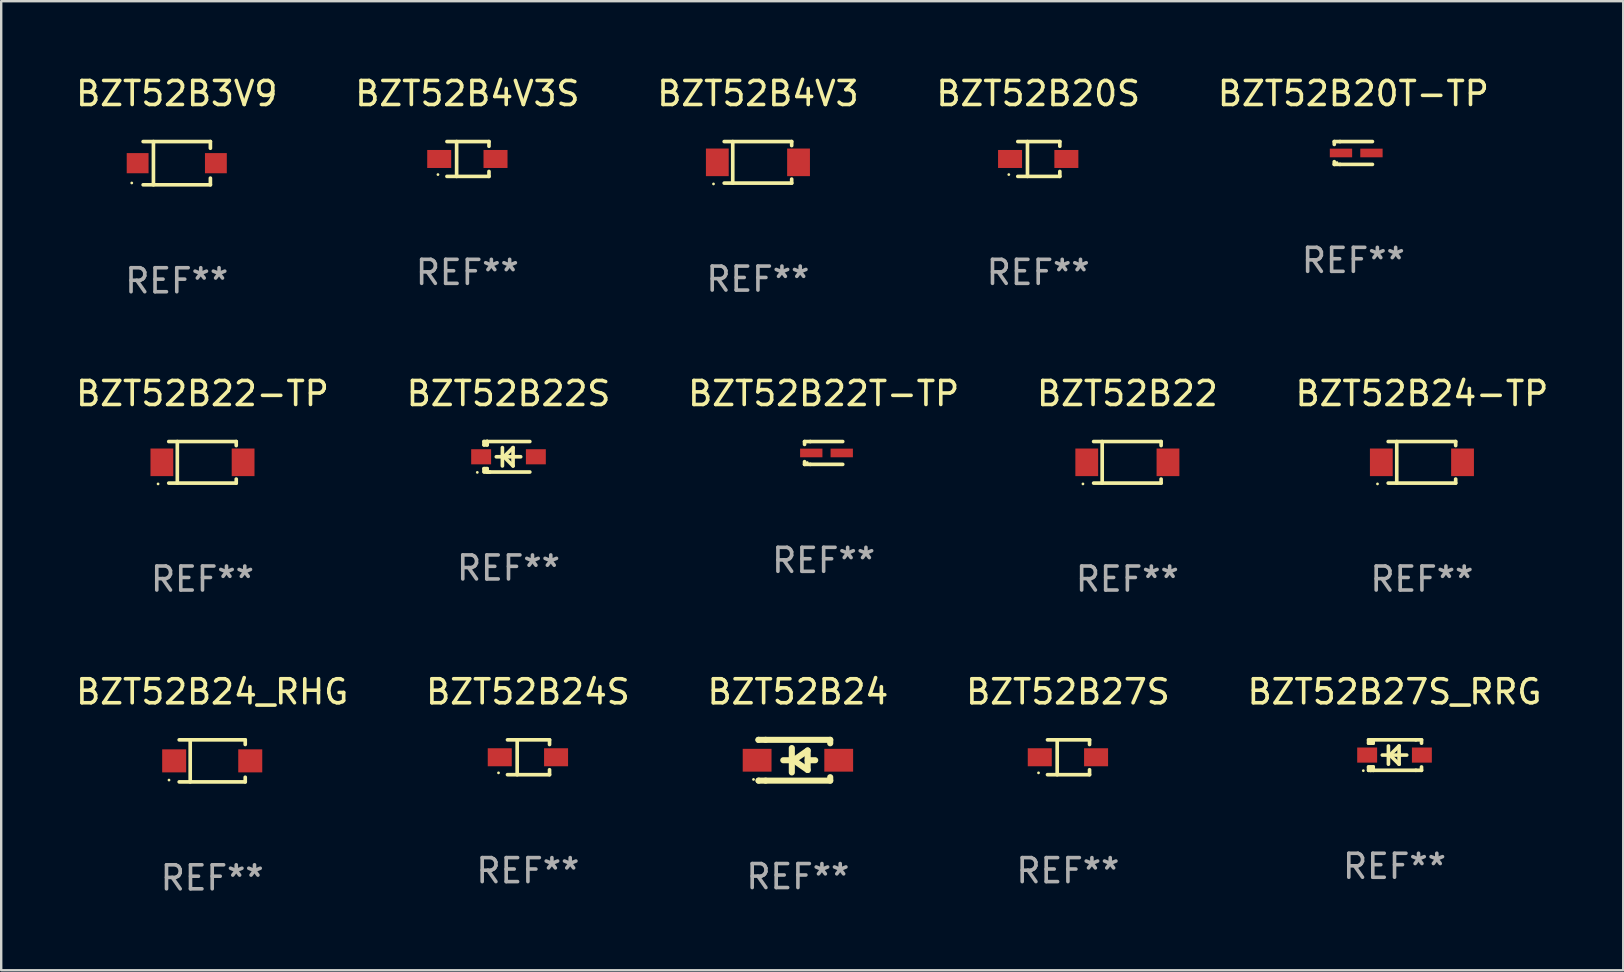
<source format=kicad_pcb>
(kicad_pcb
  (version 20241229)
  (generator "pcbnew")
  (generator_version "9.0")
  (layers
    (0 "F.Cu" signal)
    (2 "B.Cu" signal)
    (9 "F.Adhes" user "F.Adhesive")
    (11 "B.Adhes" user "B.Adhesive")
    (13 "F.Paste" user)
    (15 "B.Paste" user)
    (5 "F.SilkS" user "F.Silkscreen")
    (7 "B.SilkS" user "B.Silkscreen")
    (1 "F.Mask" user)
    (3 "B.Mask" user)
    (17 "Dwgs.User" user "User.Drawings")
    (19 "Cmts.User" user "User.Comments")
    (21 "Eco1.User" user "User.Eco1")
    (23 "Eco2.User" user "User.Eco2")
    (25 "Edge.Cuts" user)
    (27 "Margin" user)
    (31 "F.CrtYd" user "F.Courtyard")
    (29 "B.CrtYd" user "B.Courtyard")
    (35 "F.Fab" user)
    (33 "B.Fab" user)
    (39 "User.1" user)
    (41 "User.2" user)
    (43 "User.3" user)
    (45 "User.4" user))
  (footprint "BZT52B24-TP"
    (layer "F.Cu")
    (at 56.196 16.213)
    (property "Reference" "BZT52B24-TP" (at 0 -2.866 0) (layer "F.SilkS") (effects (font (size 1 1) (thickness 0.15))))
    (attr through_hole)
    (fp_line (start -1.406 -0.866) (end 1.406 -0.866) (stroke (width 0.152) (type solid)) (layer "F.SilkS"))
    (fp_line (start -1.406 0.866) (end 1.406 0.866) (stroke (width 0.152) (type solid)) (layer "F.SilkS"))
    (fp_line (start -1.049 -0.866) (end -1.049 0.866) (stroke (width 0.152) (type solid)) (layer "F.SilkS"))
    (fp_line (start 1.406 -0.866) (end 1.406 -0.698) (stroke (width 0.152) (type solid)) (layer "F.SilkS"))
    (fp_line (start 1.406 0.866) (end 1.406 0.698) (stroke (width 0.152) (type solid)) (layer "F.SilkS"))
    (fp_circle (center -1.851 0.9) (end -1.821 0.9) (stroke (width 0.06) (type solid)) (fill no) (layer "F.SilkS"))
    (fp_text user "REF**" (at 0 4.866 0) (layer "F.Fab") (effects (font (size 1 1) (thickness 0.15))))
    (pad "1" smd rect (at -1.692 0) (size 0.95 1.15) (layers "F.Cu" "F.Mask" "F.Paste"))
    (pad "2" smd rect (at 1.692 0) (size 0.95 1.15) (layers "F.Cu" "F.Mask" "F.Paste")))
  (footprint "BZT52B24"
    (layer "F.Cu")
    (at 30.196 28.626)
    (property "Reference" "BZT52B24" (at 0 -2.85 0) (layer "F.SilkS") (effects (font (size 1 1) (thickness 0.15))))
    (attr through_hole)
    (fp_line (start -1.643 -0.85) (end -1.644 -0.849) (stroke (width 0.254) (type solid)) (layer "F.SilkS"))
    (fp_line (start -1.638 0.85) (end -1.639 0.849) (stroke (width 0.254) (type solid)) (layer "F.SilkS"))
    (fp_line (start -1.346 -0.85) (end -1.643 -0.85) (stroke (width 0.254) (type solid)) (layer "F.SilkS"))
    (fp_line (start -1.346 -0.85) (end 1.346 -0.85) (stroke (width 0.254) (type solid)) (layer "F.SilkS"))
    (fp_line (start -1.346 0.85) (end -1.638 0.85) (stroke (width 0.254) (type solid)) (layer "F.SilkS"))
    (fp_line (start -0.28 0) (end -0.61 0) (stroke (width 0.254) (type solid)) (layer "F.SilkS"))
    (fp_line (start -0.254 -0.508) (end -0.254 0.508) (stroke (width 0.254) (type solid)) (layer "F.SilkS"))
    (fp_line (start -0.178 0) (end 0.406 -0.406) (stroke (width 0.254) (type solid)) (layer "F.SilkS"))
    (fp_line (start 0.406 -0.406) (end 0.406 0.406) (stroke (width 0.254) (type solid)) (layer "F.SilkS"))
    (fp_line (start 0.406 -0.000254) (end 0.72 -0.000254) (stroke (width 0.254) (type solid)) (layer "F.SilkS"))
    (fp_line (start 0.406 0.406) (end -0.178 0) (stroke (width 0.254) (type solid)) (layer "F.SilkS"))
    (fp_line (start 1.346 -0.85) (end 1.346 -0.706) (stroke (width 0.254) (type solid)) (layer "F.SilkS"))
    (fp_line (start 1.346 0.706) (end 1.346 0.85) (stroke (width 0.254) (type solid)) (layer "F.SilkS"))
    (fp_line (start 1.346 0.85) (end -1.346 0.85) (stroke (width 0.254) (type solid)) (layer "F.SilkS"))
    (fp_circle (center -1.85 0.8) (end -1.82 0.8) (stroke (width 0.06) (type solid)) (fill no) (layer "F.SilkS"))
    (fp_text user "REF**" (at 0 4.85 0) (layer "F.Fab") (effects (font (size 1 1) (thickness 0.15))))
    (pad "1" smd rect (at -1.7 0) (size 1.2 0.95) (layers "F.Cu" "F.Mask" "F.Paste"))
    (pad "2" smd rect (at 1.7 0) (size 1.2 0.95) (layers "F.Cu" "F.Mask" "F.Paste")))
  (footprint "BZT52B20S"
    (layer "F.Cu")
    (at 40.208 3.574)
    (property "Reference" "BZT52B20S" (at 0 -2.726 0) (layer "F.SilkS") (effects (font (size 1 1) (thickness 0.15))))
    (attr through_hole)
    (fp_line (start -0.851 -0.726) (end 0.901 -0.726) (stroke (width 0.152) (type solid)) (layer "F.SilkS"))
    (fp_line (start -0.851 0.726) (end 0.901 0.726) (stroke (width 0.152) (type solid)) (layer "F.SilkS"))
    (fp_line (start -0.447 -0.726) (end -0.447 0.726) (stroke (width 0.152) (type solid)) (layer "F.SilkS"))
    (fp_line (start 0.901 -0.726) (end 0.901 -0.53) (stroke (width 0.152) (type solid)) (layer "F.SilkS"))
    (fp_line (start 0.901 0.726) (end 0.901 0.52) (stroke (width 0.152) (type solid)) (layer "F.SilkS"))
    (fp_circle (center -1.225 0.65) (end -1.195 0.65) (stroke (width 0.06) (type solid)) (fill no) (layer "F.SilkS"))
    (fp_text user "REF**" (at 0 4.726 0) (layer "F.Fab") (effects (font (size 1 1) (thickness 0.15))))
    (pad "1" smd rect (at -1.173 0) (size 1 0.75) (layers "F.Cu" "F.Mask" "F.Paste"))
    (pad "2" smd rect (at 1.173 0) (size 1 0.75) (layers "F.Cu" "F.Mask" "F.Paste")))
  (footprint "BZT52B27S_RRG"
    (layer "F.Cu")
    (at 55.054 28.411)
    (property "Reference" "BZT52B27S_RRG" (at 0 -2.635 0) (layer "F.SilkS") (effects (font (size 1 1) (thickness 0.15))))
    (attr through_hole)
    (fp_line (start -1.08 -0.635) (end -1.08 -0.495) (stroke (width 0.152) (type solid)) (layer "F.SilkS"))
    (fp_line (start -1.08 0.495) (end -1.08 0.635) (stroke (width 0.152) (type solid)) (layer "F.SilkS"))
    (fp_line (start -1.08 0.495) (end -0.889 0.495) (stroke (width 0.152) (type solid)) (layer "F.SilkS"))
    (fp_line (start -1.08 0.635) (end -0.889 0.635) (stroke (width 0.152) (type solid)) (layer "F.SilkS"))
    (fp_line (start -1.003 0.635) (end -0.986 0.635) (stroke (width 0.152) (type solid)) (layer "F.SilkS"))
    (fp_line (start -0.986 -0.495) (end -0.986 -0.635) (stroke (width 0.152) (type solid)) (layer "F.SilkS"))
    (fp_line (start -0.986 0.635) (end -0.986 0.495) (stroke (width 0.152) (type solid)) (layer "F.SilkS"))
    (fp_line (start -0.889 -0.635) (end -1.08 -0.635) (stroke (width 0.152) (type solid)) (layer "F.SilkS"))
    (fp_line (start -0.889 -0.635) (end -0.889 -0.595) (stroke (width 0.152) (type solid)) (layer "F.SilkS"))
    (fp_line (start -0.889 -0.635) (end 0.889 -0.635) (stroke (width 0.152) (type solid)) (layer "F.SilkS"))
    (fp_line (start -0.889 -0.595) (end -0.889 -0.495) (stroke (width 0.152) (type solid)) (layer "F.SilkS"))
    (fp_line (start -0.889 -0.495) (end -1.08 -0.495) (stroke (width 0.152) (type solid)) (layer "F.SilkS"))
    (fp_line (start -0.889 0.495) (end -0.889 0.595) (stroke (width 0.152) (type solid)) (layer "F.SilkS"))
    (fp_line (start -0.889 0.495) (end -0.889 0.495) (stroke (width 0.152) (type solid)) (layer "F.SilkS"))
    (fp_line (start -0.889 0.595) (end -0.889 0.635) (stroke (width 0.152) (type solid)) (layer "F.SilkS"))
    (fp_line (start -0.889 0.635) (end 0.889 0.635) (stroke (width 0.152) (type solid)) (layer "F.SilkS"))
    (fp_line (start -0.254 -0.381) (end -0.254 0.381) (stroke (width 0.152) (type solid)) (layer "F.SilkS"))
    (fp_line (start -0.191 0) (end -0.191 0) (stroke (width 0.152) (type solid)) (layer "F.SilkS"))
    (fp_line (start -0.191 0) (end 0.191 -0.381) (stroke (width 0.152) (type solid)) (layer "F.SilkS"))
    (fp_line (start 0.191 -0.381) (end 0.191 0.381) (stroke (width 0.152) (type solid)) (layer "F.SilkS"))
    (fp_line (start 0.191 0.381) (end -0.191 0) (stroke (width 0.152) (type solid)) (layer "F.SilkS"))
    (fp_line (start 0.508 0) (end -0.508 0) (stroke (width 0.152) (type solid)) (layer "F.SilkS"))
    (fp_line (start 0.889 -0.635) (end 1.125 -0.635) (stroke (width 0.152) (type solid)) (layer "F.SilkS"))
    (fp_line (start 1.125 -0.635) (end 1.125 -0.495) (stroke (width 0.152) (type solid)) (layer "F.SilkS"))
    (fp_line (start 1.125 0.495) (end 1.125 0.635) (stroke (width 0.152) (type solid)) (layer "F.SilkS"))
    (fp_line (start 1.125 0.635) (end 0.889 0.635) (stroke (width 0.152) (type solid)) (layer "F.SilkS"))
    (fp_circle (center -1.3 0.65) (end -1.27 0.65) (stroke (width 0.06) (type solid)) (fill no) (layer "F.SilkS"))
    (fp_text user "REF**" (at 0 4.635 0) (layer "F.Fab") (effects (font (size 1 1) (thickness 0.15))))
    (pad "1" smd rect (at -1.14 0 90) (size 0.63 0.83) (layers "F.Cu" "F.Mask" "F.Paste"))
    (pad "2" smd rect (at 1.14 0 90) (size 0.63 0.83) (layers "F.Cu" "F.Mask" "F.Paste")))
  (footprint "BZT52B20T-TP"
    (layer "F.Cu")
    (at 53.339 3.324)
    (property "Reference" "BZT52B20T-TP" (at 0 -2.476 0) (layer "F.SilkS") (effects (font (size 1 1) (thickness 0.15))))
    (attr through_hole)
    (fp_line (start -0.795 -0.476) (end -0.795 -0.356) (stroke (width 0.152) (type solid)) (layer "F.SilkS"))
    (fp_line (start -0.795 0.363) (end -0.795 0.476) (stroke (width 0.152) (type solid)) (layer "F.SilkS"))
    (fp_line (start -0.795 0.476) (end -0.557 0.476) (stroke (width 0.152) (type solid)) (layer "F.SilkS"))
    (fp_line (start -0.557 -0.476) (end -0.795 -0.476) (stroke (width 0.152) (type solid)) (layer "F.SilkS"))
    (fp_line (start -0.557 -0.476) (end 0.795 -0.476) (stroke (width 0.152) (type solid)) (layer "F.SilkS"))
    (fp_line (start -0.557 0.476) (end 0.795 0.476) (stroke (width 0.152) (type solid)) (layer "F.SilkS"))
    (fp_circle (center -0.681 0.4) (end -0.651 0.4) (stroke (width 0.06) (type solid)) (fill no) (layer "F.SilkS"))
    (fp_text user "REF**" (at 0 4.476 0) (layer "F.Fab") (effects (font (size 1 1) (thickness 0.15))))
    (pad "1" smd rect (at -0.516 0 180) (size 0.93 0.36) (layers "F.Cu" "F.Mask" "F.Paste"))
    (pad "2" smd rect (at 0.754 0 180) (size 0.93 0.36) (layers "F.Cu" "F.Mask" "F.Paste")))
  (footprint "BZT52B4V3S"
    (layer "F.Cu")
    (at 16.423 3.574)
    (property "Reference" "BZT52B4V3S" (at 0 -2.726 0) (layer "F.SilkS") (effects (font (size 1 1) (thickness 0.15))))
    (attr through_hole)
    (fp_line (start -0.851 -0.726) (end 0.901 -0.726) (stroke (width 0.152) (type solid)) (layer "F.SilkS"))
    (fp_line (start -0.851 0.726) (end 0.901 0.726) (stroke (width 0.152) (type solid)) (layer "F.SilkS"))
    (fp_line (start -0.447 -0.726) (end -0.447 0.726) (stroke (width 0.152) (type solid)) (layer "F.SilkS"))
    (fp_line (start 0.901 -0.726) (end 0.901 -0.53) (stroke (width 0.152) (type solid)) (layer "F.SilkS"))
    (fp_line (start 0.901 0.726) (end 0.901 0.52) (stroke (width 0.152) (type solid)) (layer "F.SilkS"))
    (fp_circle (center -1.225 0.65) (end -1.195 0.65) (stroke (width 0.06) (type solid)) (fill no) (layer "F.SilkS"))
    (fp_text user "REF**" (at 0 4.726 0) (layer "F.Fab") (effects (font (size 1 1) (thickness 0.15))))
    (pad "1" smd rect (at -1.173 0) (size 1 0.75) (layers "F.Cu" "F.Mask" "F.Paste"))
    (pad "2" smd rect (at 1.173 0) (size 1 0.75) (layers "F.Cu" "F.Mask" "F.Paste")))
  (footprint "BZT52B22T-TP"
    (layer "F.Cu")
    (at 31.268 15.823)
    (property "Reference" "BZT52B22T-TP" (at 0 -2.476 0) (layer "F.SilkS") (effects (font (size 1 1) (thickness 0.15))))
    (attr through_hole)
    (fp_line (start -0.795 -0.476) (end -0.795 -0.356) (stroke (width 0.152) (type solid)) (layer "F.SilkS"))
    (fp_line (start -0.795 0.363) (end -0.795 0.476) (stroke (width 0.152) (type solid)) (layer "F.SilkS"))
    (fp_line (start -0.795 0.476) (end -0.557 0.476) (stroke (width 0.152) (type solid)) (layer "F.SilkS"))
    (fp_line (start -0.557 -0.476) (end -0.795 -0.476) (stroke (width 0.152) (type solid)) (layer "F.SilkS"))
    (fp_line (start -0.557 -0.476) (end 0.795 -0.476) (stroke (width 0.152) (type solid)) (layer "F.SilkS"))
    (fp_line (start -0.557 0.476) (end 0.795 0.476) (stroke (width 0.152) (type solid)) (layer "F.SilkS"))
    (fp_circle (center -0.681 0.4) (end -0.651 0.4) (stroke (width 0.06) (type solid)) (fill no) (layer "F.SilkS"))
    (fp_text user "REF**" (at 0 4.476 0) (layer "F.Fab") (effects (font (size 1 1) (thickness 0.15))))
    (pad "1" smd rect (at -0.516 0 180) (size 0.93 0.36) (layers "F.Cu" "F.Mask" "F.Paste"))
    (pad "2" smd rect (at 0.754 0 180) (size 0.93 0.36) (layers "F.Cu" "F.Mask" "F.Paste")))
  (footprint "BZT52B24S"
    (layer "F.Cu")
    (at 18.946 28.502)
    (property "Reference" "BZT52B24S" (at 0 -2.726 0) (layer "F.SilkS") (effects (font (size 1 1) (thickness 0.15))))
    (attr through_hole)
    (fp_line (start -0.851 -0.726) (end 0.901 -0.726) (stroke (width 0.152) (type solid)) (layer "F.SilkS"))
    (fp_line (start -0.851 0.726) (end 0.901 0.726) (stroke (width 0.152) (type solid)) (layer "F.SilkS"))
    (fp_line (start -0.447 -0.726) (end -0.447 0.726) (stroke (width 0.152) (type solid)) (layer "F.SilkS"))
    (fp_line (start 0.901 -0.726) (end 0.901 -0.53) (stroke (width 0.152) (type solid)) (layer "F.SilkS"))
    (fp_line (start 0.901 0.726) (end 0.901 0.52) (stroke (width 0.152) (type solid)) (layer "F.SilkS"))
    (fp_circle (center -1.225 0.65) (end -1.195 0.65) (stroke (width 0.06) (type solid)) (fill no) (layer "F.SilkS"))
    (fp_text user "REF**" (at 0 4.726 0) (layer "F.Fab") (effects (font (size 1 1) (thickness 0.15))))
    (pad "1" smd rect (at -1.173 0) (size 1 0.75) (layers "F.Cu" "F.Mask" "F.Paste"))
    (pad "2" smd rect (at 1.173 0) (size 1 0.75) (layers "F.Cu" "F.Mask" "F.Paste")))
  (footprint "BZT52B4V3"
    (layer "F.Cu")
    (at 28.53 3.714)
    (property "Reference" "BZT52B4V3" (at 0 -2.866 0) (layer "F.SilkS") (effects (font (size 1 1) (thickness 0.15))))
    (attr through_hole)
    (fp_line (start -1.406 -0.866) (end 1.406 -0.866) (stroke (width 0.152) (type solid)) (layer "F.SilkS"))
    (fp_line (start -1.406 0.866) (end 1.406 0.866) (stroke (width 0.152) (type solid)) (layer "F.SilkS"))
    (fp_line (start -1.049 -0.866) (end -1.049 0.866) (stroke (width 0.152) (type solid)) (layer "F.SilkS"))
    (fp_line (start 1.406 -0.866) (end 1.406 -0.698) (stroke (width 0.152) (type solid)) (layer "F.SilkS"))
    (fp_line (start 1.406 0.866) (end 1.406 0.698) (stroke (width 0.152) (type solid)) (layer "F.SilkS"))
    (fp_circle (center -1.851 0.9) (end -1.821 0.9) (stroke (width 0.06) (type solid)) (fill no) (layer "F.SilkS"))
    (fp_text user "REF**" (at 0 4.866 0) (layer "F.Fab") (effects (font (size 1 1) (thickness 0.15))))
    (pad "1" smd rect (at -1.692 0) (size 0.95 1.15) (layers "F.Cu" "F.Mask" "F.Paste"))
    (pad "2" smd rect (at 1.692 0) (size 0.95 1.15) (layers "F.Cu" "F.Mask" "F.Paste")))
  (footprint "BZT52B22"
    (layer "F.Cu")
    (at 43.923 16.213)
    (property "Reference" "BZT52B22" (at 0 -2.866 0) (layer "F.SilkS") (effects (font (size 1 1) (thickness 0.15))))
    (attr through_hole)
    (fp_line (start -1.406 -0.866) (end 1.406 -0.866) (stroke (width 0.152) (type solid)) (layer "F.SilkS"))
    (fp_line (start -1.406 0.866) (end 1.406 0.866) (stroke (width 0.152) (type solid)) (layer "F.SilkS"))
    (fp_line (start -1.049 -0.866) (end -1.049 0.866) (stroke (width 0.152) (type solid)) (layer "F.SilkS"))
    (fp_line (start 1.406 -0.866) (end 1.406 -0.698) (stroke (width 0.152) (type solid)) (layer "F.SilkS"))
    (fp_line (start 1.406 0.866) (end 1.406 0.698) (stroke (width 0.152) (type solid)) (layer "F.SilkS"))
    (fp_circle (center -1.851 0.9) (end -1.821 0.9) (stroke (width 0.06) (type solid)) (fill no) (layer "F.SilkS"))
    (fp_text user "REF**" (at 0 4.866 0) (layer "F.Fab") (effects (font (size 1 1) (thickness 0.15))))
    (pad "1" smd rect (at -1.692 0) (size 0.95 1.15) (layers "F.Cu" "F.Mask" "F.Paste"))
    (pad "2" smd rect (at 1.692 0) (size 0.95 1.15) (layers "F.Cu" "F.Mask" "F.Paste")))
  (footprint "BZT52B24_RHG"
    (layer "F.Cu")
    (at 5.792 28.652)
    (property "Reference" "BZT52B24_RHG" (at 0 -2.876 0) (layer "F.SilkS") (effects (font (size 1 1) (thickness 0.15))))
    (attr through_hole)
    (fp_line (start -1.376 -0.876) (end 1.376 -0.876) (stroke (width 0.152) (type solid)) (layer "F.SilkS"))
    (fp_line (start -1.376 0.876) (end 1.376 0.876) (stroke (width 0.152) (type solid)) (layer "F.SilkS"))
    (fp_line (start -0.917 -0.876) (end -0.917 0.876) (stroke (width 0.152) (type solid)) (layer "F.SilkS"))
    (fp_line (start 1.376 -0.876) (end 1.376 -0.683) (stroke (width 0.152) (type solid)) (layer "F.SilkS"))
    (fp_line (start 1.376 0.876) (end 1.376 0.683) (stroke (width 0.152) (type solid)) (layer "F.SilkS"))
    (fp_circle (center -1.8 0.8) (end -1.77 0.8) (stroke (width 0.06) (type solid)) (fill no) (layer "F.SilkS"))
    (fp_text user "REF**" (at 0 4.876 0) (layer "F.Fab") (effects (font (size 1 1) (thickness 0.15))))
    (pad "1" smd rect (at -1.585 0) (size 1 0.96) (layers "F.Cu" "F.Mask" "F.Paste"))
    (pad "2" smd rect (at 1.585 0) (size 1 0.96) (layers "F.Cu" "F.Mask" "F.Paste")))
  (footprint "BZT52B3V9"
    (layer "F.Cu")
    (at 4.315 3.749)
    (property "Reference" "BZT52B3V9" (at 0 -2.901 0) (layer "F.SilkS") (effects (font (size 1 1) (thickness 0.15))))
    (attr through_hole)
    (fp_line (start -1.401 -0.901) (end 1.401 -0.901) (stroke (width 0.152) (type solid)) (layer "F.SilkS"))
    (fp_line (start -1.401 0.901) (end 1.401 0.901) (stroke (width 0.152) (type solid)) (layer "F.SilkS"))
    (fp_line (start -0.972 -0.901) (end -0.972 0.901) (stroke (width 0.152) (type solid)) (layer "F.SilkS"))
    (fp_line (start 1.401 -0.901) (end 1.401 -0.623) (stroke (width 0.152) (type solid)) (layer "F.SilkS"))
    (fp_line (start 1.401 0.901) (end 1.401 0.623) (stroke (width 0.152) (type solid)) (layer "F.SilkS"))
    (fp_circle (center -1.875 0.825) (end -1.845 0.825) (stroke (width 0.06) (type solid)) (fill no) (layer "F.SilkS"))
    (fp_text user "REF**" (at 0 4.901 0) (layer "F.Fab") (effects (font (size 1 1) (thickness 0.15))))
    (pad "1" smd rect (at -1.63 0 180) (size 0.91 0.84) (layers "F.Cu" "F.Mask" "F.Paste"))
    (pad "2" smd rect (at 1.63 0 180) (size 0.91 0.84) (layers "F.Cu" "F.Mask" "F.Paste")))
  (footprint "BZT52B27S"
    (layer "F.Cu")
    (at 41.446 28.502)
    (property "Reference" "BZT52B27S" (at 0 -2.726 0) (layer "F.SilkS") (effects (font (size 1 1) (thickness 0.15))))
    (attr through_hole)
    (fp_line (start -0.851 -0.726) (end 0.901 -0.726) (stroke (width 0.152) (type solid)) (layer "F.SilkS"))
    (fp_line (start -0.851 0.726) (end 0.901 0.726) (stroke (width 0.152) (type solid)) (layer "F.SilkS"))
    (fp_line (start -0.447 -0.726) (end -0.447 0.726) (stroke (width 0.152) (type solid)) (layer "F.SilkS"))
    (fp_line (start 0.901 -0.726) (end 0.901 -0.53) (stroke (width 0.152) (type solid)) (layer "F.SilkS"))
    (fp_line (start 0.901 0.726) (end 0.901 0.52) (stroke (width 0.152) (type solid)) (layer "F.SilkS"))
    (fp_circle (center -1.225 0.65) (end -1.195 0.65) (stroke (width 0.06) (type solid)) (fill no) (layer "F.SilkS"))
    (fp_text user "REF**" (at 0 4.726 0) (layer "F.Fab") (effects (font (size 1 1) (thickness 0.15))))
    (pad "1" smd rect (at -1.173 0) (size 1 0.75) (layers "F.Cu" "F.Mask" "F.Paste"))
    (pad "2" smd rect (at 1.173 0) (size 1 0.75) (layers "F.Cu" "F.Mask" "F.Paste")))
  (footprint "BZT52B22S"
    (layer "F.Cu")
    (at 18.137 15.982)
    (property "Reference" "BZT52B22S" (at 0 -2.635 0) (layer "F.SilkS") (effects (font (size 1 1) (thickness 0.15))))
    (attr through_hole)
    (fp_line (start -1.02 -0.635) (end -1.02 -0.495) (stroke (width 0.152) (type solid)) (layer "F.SilkS"))
    (fp_line (start -1.02 -0.495) (end -0.889 -0.495) (stroke (width 0.152) (type solid)) (layer "F.SilkS"))
    (fp_line (start -1.02 0.495) (end -1.02 0.62) (stroke (width 0.152) (type solid)) (layer "F.SilkS"))
    (fp_line (start -1.02 0.495) (end -0.889 0.495) (stroke (width 0.152) (type solid)) (layer "F.SilkS"))
    (fp_line (start -0.889 -0.635) (end -1.02 -0.635) (stroke (width 0.152) (type solid)) (layer "F.SilkS"))
    (fp_line (start -0.889 -0.635) (end -0.889 -0.595) (stroke (width 0.152) (type solid)) (layer "F.SilkS"))
    (fp_line (start -0.889 -0.635) (end 0.889 -0.635) (stroke (width 0.152) (type solid)) (layer "F.SilkS"))
    (fp_line (start -0.889 -0.495) (end -0.889 -0.635) (stroke (width 0.152) (type solid)) (layer "F.SilkS"))
    (fp_line (start -0.889 0.595) (end -0.889 0.495) (stroke (width 0.152) (type solid)) (layer "F.SilkS"))
    (fp_line (start -0.889 0.595) (end -0.889 0.635) (stroke (width 0.152) (type solid)) (layer "F.SilkS"))
    (fp_line (start -0.889 0.635) (end 0.889 0.635) (stroke (width 0.152) (type solid)) (layer "F.SilkS"))
    (fp_line (start -0.776 0.635) (end -1.014 0.635) (stroke (width 0.152) (type solid)) (layer "F.SilkS"))
    (fp_line (start -0.254 -0.381) (end -0.254 0.381) (stroke (width 0.152) (type solid)) (layer "F.SilkS"))
    (fp_line (start -0.191 0) (end 0.19 -0.381) (stroke (width 0.152) (type solid)) (layer "F.SilkS"))
    (fp_line (start 0.19 -0.381) (end 0.19 0.381) (stroke (width 0.152) (type solid)) (layer "F.SilkS"))
    (fp_line (start 0.19 0.381) (end -0.191 0) (stroke (width 0.152) (type solid)) (layer "F.SilkS"))
    (fp_line (start 0.508 0) (end -0.508 0) (stroke (width 0.152) (type solid)) (layer "F.SilkS"))
    (fp_circle (center -1.3 0.65) (end -1.27 0.65) (stroke (width 0.06) (type solid)) (fill no) (layer "F.SilkS"))
    (fp_text user "REF**" (at 0 4.635 0) (layer "F.Fab") (effects (font (size 1 1) (thickness 0.15))))
    (pad "1" smd rect (at -1.14 0.000051 90) (size 0.63 0.83) (layers "F.Cu" "F.Mask" "F.Paste"))
    (pad "2" smd rect (at 1.14 0.000051 90) (size 0.63 0.83) (layers "F.Cu" "F.Mask" "F.Paste")))
  (footprint "BZT52B22-TP"
    (layer "F.Cu")
    (at 5.387 16.213)
    (property "Reference" "BZT52B22-TP" (at 0 -2.866 0) (layer "F.SilkS") (effects (font (size 1 1) (thickness 0.15))))
    (attr through_hole)
    (fp_line (start -1.406 -0.866) (end 1.406 -0.866) (stroke (width 0.152) (type solid)) (layer "F.SilkS"))
    (fp_line (start -1.406 0.866) (end 1.406 0.866) (stroke (width 0.152) (type solid)) (layer "F.SilkS"))
    (fp_line (start -1.049 -0.866) (end -1.049 0.866) (stroke (width 0.152) (type solid)) (layer "F.SilkS"))
    (fp_line (start 1.406 -0.866) (end 1.406 -0.698) (stroke (width 0.152) (type solid)) (layer "F.SilkS"))
    (fp_line (start 1.406 0.866) (end 1.406 0.698) (stroke (width 0.152) (type solid)) (layer "F.SilkS"))
    (fp_circle (center -1.851 0.9) (end -1.821 0.9) (stroke (width 0.06) (type solid)) (fill no) (layer "F.SilkS"))
    (fp_text user "REF**" (at 0 4.866 0) (layer "F.Fab") (effects (font (size 1 1) (thickness 0.15))))
    (pad "1" smd rect (at -1.692 0) (size 0.95 1.15) (layers "F.Cu" "F.Mask" "F.Paste"))
    (pad "2" smd rect (at 1.692 0) (size 0.95 1.15) (layers "F.Cu" "F.Mask" "F.Paste")))
  (gr_rect
    (start -3 -3)
    (end 64.583 37.377)
    (stroke (width 0.1) (type default))
    (fill no)
    (layer "Edge.Cuts")))
</source>
